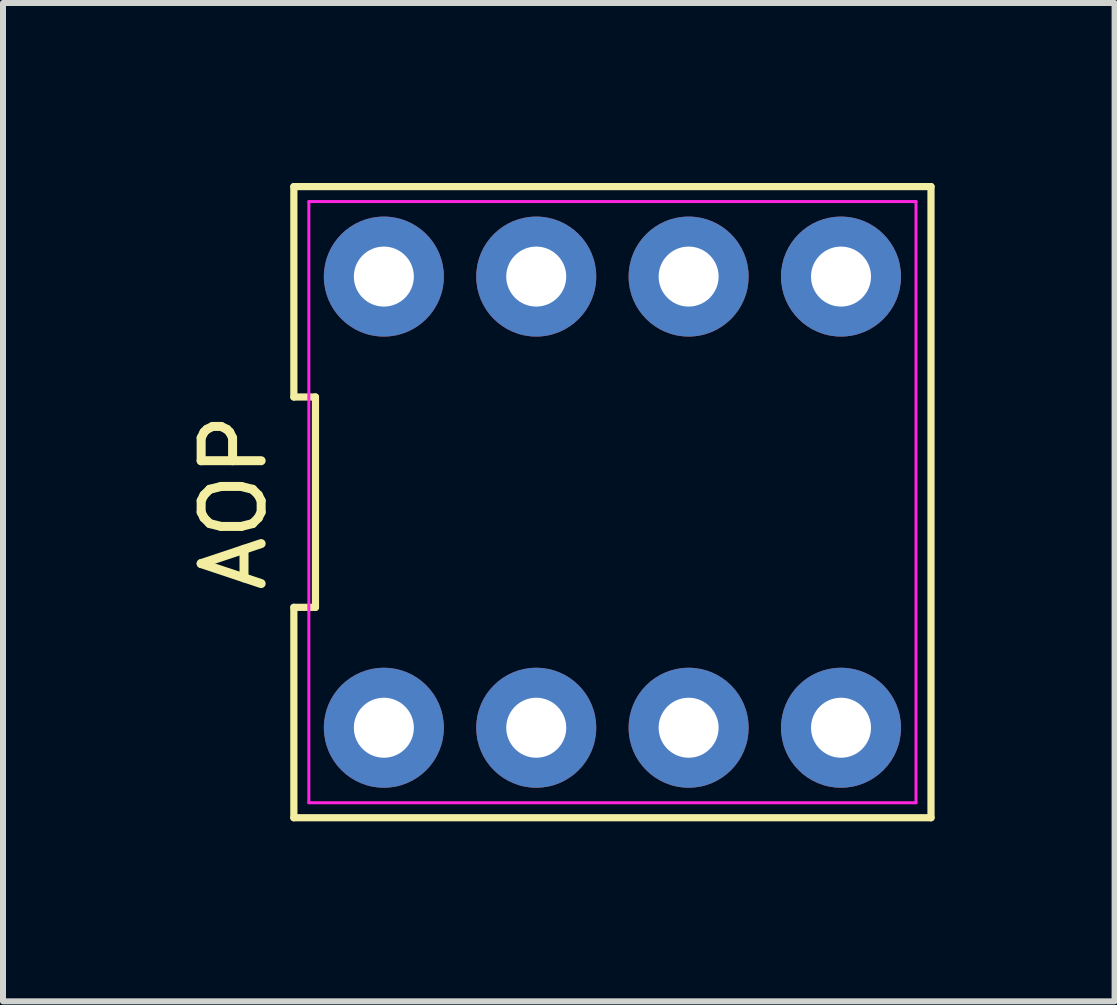
<source format=kicad_pcb>
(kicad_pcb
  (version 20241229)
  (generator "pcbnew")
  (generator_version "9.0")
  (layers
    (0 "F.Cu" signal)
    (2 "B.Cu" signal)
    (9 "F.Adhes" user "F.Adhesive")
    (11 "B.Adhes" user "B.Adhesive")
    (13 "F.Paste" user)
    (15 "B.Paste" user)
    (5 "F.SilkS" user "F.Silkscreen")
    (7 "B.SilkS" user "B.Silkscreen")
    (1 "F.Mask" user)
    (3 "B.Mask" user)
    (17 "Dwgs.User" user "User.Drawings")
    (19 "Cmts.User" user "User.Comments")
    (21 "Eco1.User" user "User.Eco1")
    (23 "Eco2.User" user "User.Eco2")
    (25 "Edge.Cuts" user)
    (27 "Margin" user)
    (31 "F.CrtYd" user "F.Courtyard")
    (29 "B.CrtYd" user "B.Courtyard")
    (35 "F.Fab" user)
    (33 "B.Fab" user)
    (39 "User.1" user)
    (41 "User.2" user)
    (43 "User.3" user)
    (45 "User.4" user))
  (footprint "AOP"
    (layer "F.Cu")
    (at 7.158 5.32)
    (property "Reference" "AOP" (at -6.31 0 90) (layer "F.SilkS") (effects (font (size 1 1) (thickness 0.15))))
    (attr through_hole)
    (fp_line (start -5.31 -5.26) (end -5.31 -1.753) (stroke (width 0.12) (type solid)) (layer "F.SilkS"))
    (fp_line (start -5.31 -1.753) (end -4.95 -1.753) (stroke (width 0.12) (type solid)) (layer "F.SilkS"))
    (fp_line (start -5.31 1.753) (end -5.31 5.26) (stroke (width 0.12) (type solid)) (layer "F.SilkS"))
    (fp_line (start -5.31 5.26) (end 5.31 5.26) (stroke (width 0.12) (type solid)) (layer "F.SilkS"))
    (fp_line (start -4.95 -1.753) (end -4.95 1.753) (stroke (width 0.12) (type solid)) (layer "F.SilkS"))
    (fp_line (start -4.95 1.753) (end -5.31 1.753) (stroke (width 0.12) (type solid)) (layer "F.SilkS"))
    (fp_line (start 5.31 -5.26) (end -5.31 -5.26) (stroke (width 0.12) (type solid)) (layer "F.SilkS"))
    (fp_line (start 5.31 5.26) (end 5.31 -5.26) (stroke (width 0.12) (type solid)) (layer "F.SilkS"))
    (fp_line (start -5.06 -5.01) (end 5.06 -5.01) (stroke (width 0.05) (type solid)) (layer "F.CrtYd"))
    (fp_line (start -5.06 5.01) (end -5.06 -5.01) (stroke (width 0.05) (type solid)) (layer "F.CrtYd"))
    (fp_line (start 5.06 -5.01) (end 5.06 5.01) (stroke (width 0.05) (type solid)) (layer "F.CrtYd"))
    (fp_line (start 5.06 5.01) (end -5.06 5.01) (stroke (width 0.05) (type solid)) (layer "F.CrtYd"))
    (pad "1" thru_hole circle (at -3.81 3.76) (size 2 2) (drill 1) (layers "*.Cu" "*.Mask"))
    (pad "2" thru_hole circle (at -1.27 3.76) (size 2 2) (drill 1) (layers "*.Cu" "*.Mask"))
    (pad "3" thru_hole circle (at 1.27 3.76) (size 2 2) (drill 1) (layers "*.Cu" "*.Mask"))
    (pad "4" thru_hole circle (at 3.81 3.76) (size 2 2) (drill 1) (layers "*.Cu" "*.Mask"))
    (pad "5" thru_hole circle (at 3.81 -3.76) (size 2 2) (drill 1) (layers "*.Cu" "*.Mask"))
    (pad "6" thru_hole circle (at 1.27 -3.76) (size 2 2) (drill 1) (layers "*.Cu" "*.Mask"))
    (pad "7" thru_hole circle (at -1.27 -3.76) (size 2 2) (drill 1) (layers "*.Cu" "*.Mask"))
    (pad "8" thru_hole circle (at -3.81 -3.76) (size 2 2) (drill 1) (layers "*.Cu" "*.Mask")))
  (gr_rect
    (start -3 -3)
    (end 15.528 13.64)
    (stroke (width 0.1) (type default))
    (fill no)
    (layer "Edge.Cuts")))
</source>
